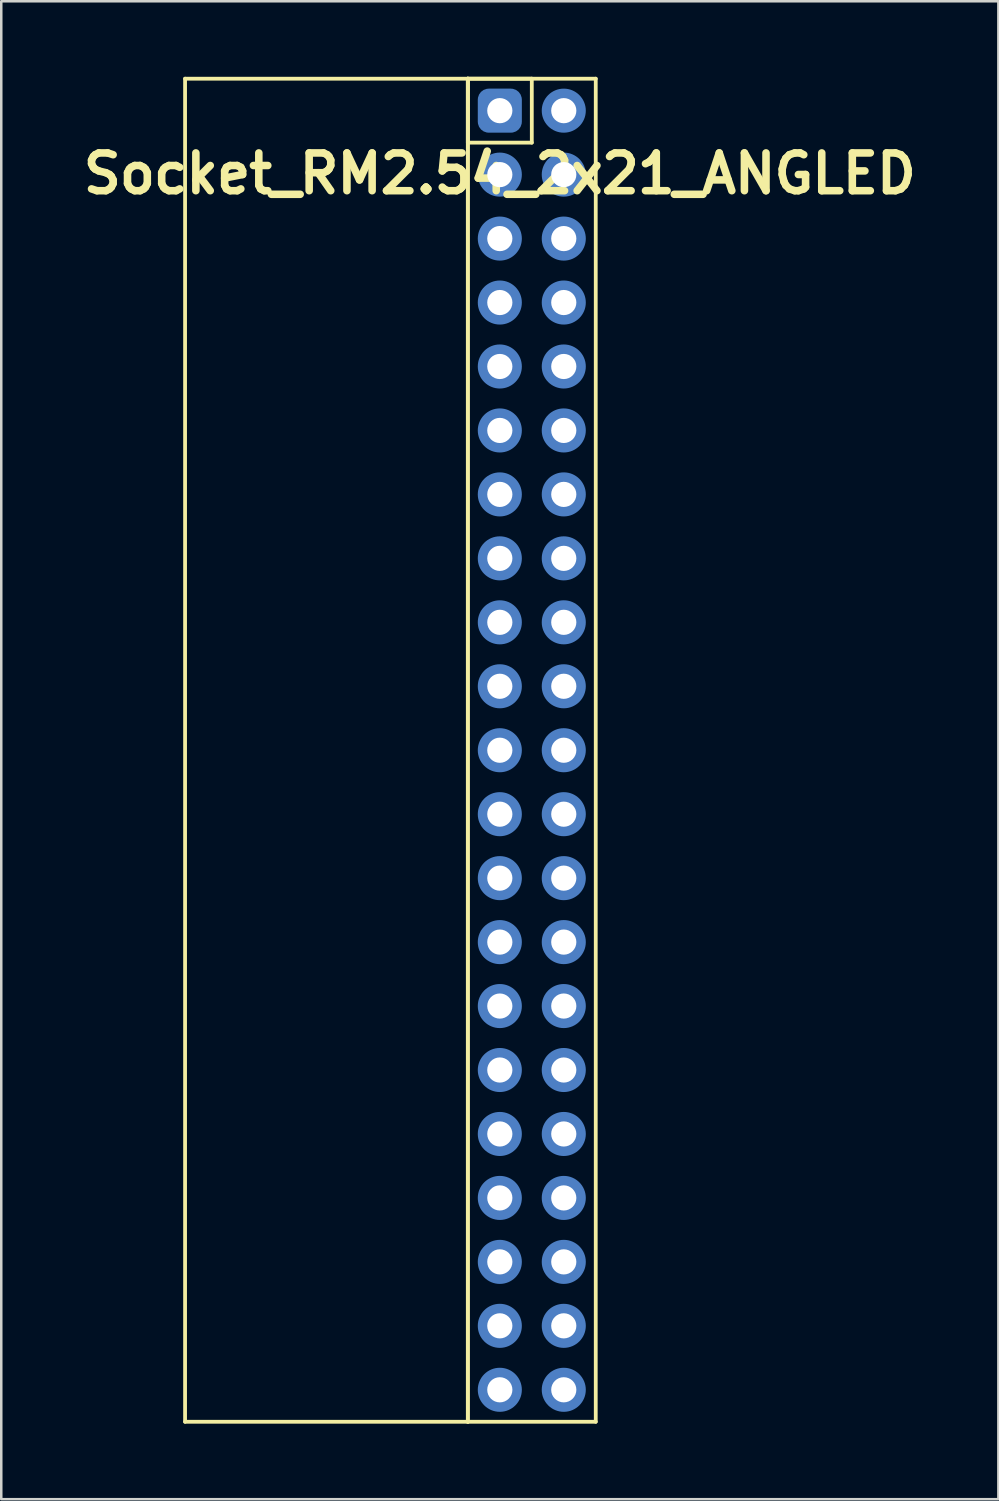
<source format=kicad_pcb>
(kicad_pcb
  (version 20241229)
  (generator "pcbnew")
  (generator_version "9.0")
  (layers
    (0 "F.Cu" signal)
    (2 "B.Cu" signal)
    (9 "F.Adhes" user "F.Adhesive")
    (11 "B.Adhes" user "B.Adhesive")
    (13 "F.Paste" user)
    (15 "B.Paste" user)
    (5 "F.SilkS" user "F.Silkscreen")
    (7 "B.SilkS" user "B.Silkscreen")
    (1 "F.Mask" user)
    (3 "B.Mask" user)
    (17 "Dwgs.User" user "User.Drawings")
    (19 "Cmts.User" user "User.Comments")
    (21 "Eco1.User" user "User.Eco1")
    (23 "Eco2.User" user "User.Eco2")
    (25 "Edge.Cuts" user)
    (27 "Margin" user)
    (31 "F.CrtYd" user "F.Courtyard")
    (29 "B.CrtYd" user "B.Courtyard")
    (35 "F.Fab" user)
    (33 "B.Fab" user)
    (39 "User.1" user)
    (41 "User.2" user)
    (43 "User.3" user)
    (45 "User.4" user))
  (footprint "Socket_RM2.54_2x21_ANGLED"
    (layer "F.Cu")
    (at 16.8 1.345)
    (property "Reference" "Socket_RM2.54_2x21_ANGLED" (at 0 2.5 0) (layer "F.SilkS") (effects (font (size 1.5 1.5) (thickness 0.3))))
    (attr through_hole)
    (fp_line (start -12.5 -1.27) (end -1.27 -1.27) (stroke (width 0.15) (type solid)) (layer "F.SilkS"))
    (fp_line (start -12.5 52.07) (end -12.5 -1.27) (stroke (width 0.15) (type solid)) (layer "F.SilkS"))
    (fp_line (start -1.27 -1.27) (end -1.27 52.07) (stroke (width 0.15) (type solid)) (layer "F.SilkS"))
    (fp_line (start -1.27 -1.27) (end 1.27 -1.27) (stroke (width 0.15) (type solid)) (layer "F.SilkS"))
    (fp_line (start -1.27 -1.27) (end 3.81 -1.27) (stroke (width 0.15) (type solid)) (layer "F.SilkS"))
    (fp_line (start -1.27 1.27) (end -1.27 -1.27) (stroke (width 0.15) (type solid)) (layer "F.SilkS"))
    (fp_line (start -1.27 52.07) (end -12.5 52.07) (stroke (width 0.15) (type solid)) (layer "F.SilkS"))
    (fp_line (start -1.27 52.07) (end -1.27 -1.27) (stroke (width 0.15) (type solid)) (layer "F.SilkS"))
    (fp_line (start 1.27 -1.27) (end 1.27 1.27) (stroke (width 0.15) (type solid)) (layer "F.SilkS"))
    (fp_line (start 1.27 1.27) (end -1.27 1.27) (stroke (width 0.15) (type solid)) (layer "F.SilkS"))
    (fp_line (start 3.81 -1.27) (end 3.81 52.07) (stroke (width 0.15) (type solid)) (layer "F.SilkS"))
    (fp_line (start 3.81 52.07) (end -1.27 52.07) (stroke (width 0.15) (type solid)) (layer "F.SilkS"))
    (pad "1" thru_hole circle (at 0 0) (size 1.3 1.3) (drill 1) (layers "*.Cu" "*.Mask"))
    (pad "1" smd roundrect (at 0 0) (size 1.5 1.5) (layers "F.Cu" "F.Mask") (roundrect_rratio 0.25))
    (pad "1" smd roundrect (at 0 0) (size 1.75 1.75) (layers "B.Cu" "B.Mask") (roundrect_rratio 0.25))
    (pad "2" thru_hole circle (at 2.54 0) (size 1.3 1.3) (drill 1) (layers "*.Cu" "*.Mask"))
    (pad "2" smd circle (at 2.54 0) (size 1.5 1.5) (layers "F.Cu" "F.Mask"))
    (pad "2" smd circle (at 2.54 0) (size 1.75 1.75) (layers "B.Cu" "B.Mask"))
    (pad "3" thru_hole circle (at 0 2.54) (size 1.3 1.3) (drill 1) (layers "*.Cu" "*.Mask"))
    (pad "3" smd circle (at 0 2.54) (size 1.5 1.5) (layers "F.Cu" "F.Mask"))
    (pad "3" smd circle (at 0 2.54) (size 1.75 1.75) (layers "B.Cu" "B.Mask"))
    (pad "4" thru_hole circle (at 2.54 2.54) (size 1.3 1.3) (drill 1) (layers "*.Cu" "*.Mask"))
    (pad "4" smd circle (at 2.54 2.54) (size 1.5 1.5) (layers "F.Cu" "F.Mask"))
    (pad "4" smd circle (at 2.54 2.54) (size 1.75 1.75) (layers "B.Cu" "B.Mask"))
    (pad "5" thru_hole circle (at 0 5.08) (size 1.3 1.3) (drill 1) (layers "*.Cu" "*.Mask"))
    (pad "5" smd circle (at 0 5.08) (size 1.5 1.5) (layers "F.Cu" "F.Mask"))
    (pad "5" smd circle (at 0 5.08) (size 1.75 1.75) (layers "B.Cu" "B.Mask"))
    (pad "6" thru_hole circle (at 2.54 5.08) (size 1.3 1.3) (drill 1) (layers "*.Cu" "*.Mask"))
    (pad "6" smd circle (at 2.54 5.08) (size 1.5 1.5) (layers "F.Cu" "F.Mask"))
    (pad "6" smd circle (at 2.54 5.08) (size 1.75 1.75) (layers "B.Cu" "B.Mask"))
    (pad "7" thru_hole circle (at 0 7.62) (size 1.3 1.3) (drill 1) (layers "*.Cu" "*.Mask"))
    (pad "7" smd circle (at 0 7.62) (size 1.5 1.5) (layers "F.Cu" "F.Mask"))
    (pad "7" smd circle (at 0 7.62) (size 1.75 1.75) (layers "B.Cu" "B.Mask"))
    (pad "8" thru_hole circle (at 2.54 7.62) (size 1.3 1.3) (drill 1) (layers "*.Cu" "*.Mask"))
    (pad "8" smd circle (at 2.54 7.62) (size 1.5 1.5) (layers "F.Cu" "F.Mask"))
    (pad "8" smd circle (at 2.54 7.62) (size 1.75 1.75) (layers "B.Cu" "B.Mask"))
    (pad "9" thru_hole circle (at 0 10.16) (size 1.3 1.3) (drill 1) (layers "*.Cu" "*.Mask"))
    (pad "9" smd circle (at 0 10.16) (size 1.5 1.5) (layers "F.Cu" "F.Mask"))
    (pad "9" smd circle (at 0 10.16) (size 1.75 1.75) (layers "B.Cu" "B.Mask"))
    (pad "10" thru_hole circle (at 2.54 10.16) (size 1.3 1.3) (drill 1) (layers "*.Cu" "*.Mask"))
    (pad "10" smd circle (at 2.54 10.16) (size 1.5 1.5) (layers "F.Cu" "F.Mask"))
    (pad "10" smd circle (at 2.54 10.16) (size 1.75 1.75) (layers "B.Cu" "B.Mask"))
    (pad "11" thru_hole circle (at 0 12.7) (size 1.3 1.3) (drill 1) (layers "*.Cu" "*.Mask"))
    (pad "11" smd circle (at 0 12.7) (size 1.5 1.5) (layers "F.Cu" "F.Mask"))
    (pad "11" smd circle (at 0 12.7) (size 1.75 1.75) (layers "B.Cu" "B.Mask"))
    (pad "12" thru_hole circle (at 2.54 12.7) (size 1.3 1.3) (drill 1) (layers "*.Cu" "*.Mask"))
    (pad "12" smd circle (at 2.54 12.7) (size 1.5 1.5) (layers "F.Cu" "F.Mask"))
    (pad "12" smd circle (at 2.54 12.7) (size 1.75 1.75) (layers "B.Cu" "B.Mask"))
    (pad "13" thru_hole circle (at 0 15.24) (size 1.3 1.3) (drill 1) (layers "*.Cu" "*.Mask"))
    (pad "13" smd circle (at 0 15.24) (size 1.5 1.5) (layers "F.Cu" "F.Mask"))
    (pad "13" smd circle (at 0 15.24) (size 1.75 1.75) (layers "B.Cu" "B.Mask"))
    (pad "14" thru_hole circle (at 2.54 15.24) (size 1.3 1.3) (drill 1) (layers "*.Cu" "*.Mask"))
    (pad "14" smd circle (at 2.54 15.24) (size 1.5 1.5) (layers "F.Cu" "F.Mask"))
    (pad "14" smd circle (at 2.54 15.24) (size 1.75 1.75) (layers "B.Cu" "B.Mask"))
    (pad "15" thru_hole circle (at 0 17.78) (size 1.3 1.3) (drill 1) (layers "*.Cu" "*.Mask"))
    (pad "15" smd circle (at 0 17.78) (size 1.5 1.5) (layers "F.Cu" "F.Mask"))
    (pad "15" smd circle (at 0 17.78) (size 1.75 1.75) (layers "B.Cu" "B.Mask"))
    (pad "16" thru_hole circle (at 2.54 17.78) (size 1.3 1.3) (drill 1) (layers "*.Cu" "*.Mask"))
    (pad "16" smd circle (at 2.54 17.78) (size 1.5 1.5) (layers "F.Cu" "F.Mask"))
    (pad "16" smd circle (at 2.54 17.78) (size 1.75 1.75) (layers "B.Cu" "B.Mask"))
    (pad "17" thru_hole circle (at 0 20.32) (size 1.3 1.3) (drill 1) (layers "*.Cu" "*.Mask"))
    (pad "17" smd circle (at 0 20.32) (size 1.5 1.5) (layers "F.Cu" "F.Mask"))
    (pad "17" smd circle (at 0 20.32) (size 1.75 1.75) (layers "B.Cu" "B.Mask"))
    (pad "18" thru_hole circle (at 2.54 20.32) (size 1.3 1.3) (drill 1) (layers "*.Cu" "*.Mask"))
    (pad "18" smd circle (at 2.54 20.32) (size 1.5 1.5) (layers "F.Cu" "F.Mask"))
    (pad "18" smd circle (at 2.54 20.32) (size 1.75 1.75) (layers "B.Cu" "B.Mask"))
    (pad "19" thru_hole circle (at 0 22.86) (size 1.3 1.3) (drill 1) (layers "*.Cu" "*.Mask"))
    (pad "19" smd circle (at 0 22.86) (size 1.5 1.5) (layers "F.Cu" "F.Mask"))
    (pad "19" smd circle (at 0 22.86) (size 1.75 1.75) (layers "B.Cu" "B.Mask"))
    (pad "20" thru_hole circle (at 2.54 22.86) (size 1.3 1.3) (drill 1) (layers "*.Cu" "*.Mask"))
    (pad "20" smd circle (at 2.54 22.86) (size 1.5 1.5) (layers "F.Cu" "F.Mask"))
    (pad "20" smd circle (at 2.54 22.86) (size 1.75 1.75) (layers "B.Cu" "B.Mask"))
    (pad "21" thru_hole circle (at 0 25.4) (size 1.3 1.3) (drill 1) (layers "*.Cu" "*.Mask"))
    (pad "21" smd circle (at 0 25.4) (size 1.5 1.5) (layers "F.Cu" "F.Mask"))
    (pad "21" smd circle (at 0 25.4) (size 1.75 1.75) (layers "B.Cu" "B.Mask"))
    (pad "22" thru_hole circle (at 2.54 25.4) (size 1.3 1.3) (drill 1) (layers "*.Cu" "*.Mask"))
    (pad "22" smd circle (at 2.54 25.4) (size 1.5 1.5) (layers "F.Cu" "F.Mask"))
    (pad "22" smd circle (at 2.54 25.4) (size 1.75 1.75) (layers "B.Cu" "B.Mask"))
    (pad "23" thru_hole circle (at 0 27.94) (size 1.3 1.3) (drill 1) (layers "*.Cu" "*.Mask"))
    (pad "23" smd circle (at 0 27.94) (size 1.5 1.5) (layers "F.Cu" "F.Mask"))
    (pad "23" smd circle (at 0 27.94) (size 1.75 1.75) (layers "B.Cu" "B.Mask"))
    (pad "24" thru_hole circle (at 2.54 27.94) (size 1.3 1.3) (drill 1) (layers "*.Cu" "*.Mask"))
    (pad "24" smd circle (at 2.54 27.94) (size 1.5 1.5) (layers "F.Cu" "F.Mask"))
    (pad "24" smd circle (at 2.54 27.94) (size 1.75 1.75) (layers "B.Cu" "B.Mask"))
    (pad "25" thru_hole circle (at 0 30.48) (size 1.3 1.3) (drill 1) (layers "*.Cu" "*.Mask"))
    (pad "25" smd circle (at 0 30.48) (size 1.5 1.5) (layers "F.Cu" "F.Mask"))
    (pad "25" smd circle (at 0 30.48) (size 1.75 1.75) (layers "B.Cu" "B.Mask"))
    (pad "26" thru_hole circle (at 2.54 30.48) (size 1.3 1.3) (drill 1) (layers "*.Cu" "*.Mask"))
    (pad "26" smd circle (at 2.54 30.48) (size 1.5 1.5) (layers "F.Cu" "F.Mask"))
    (pad "26" smd circle (at 2.54 30.48) (size 1.75 1.75) (layers "B.Cu" "B.Mask"))
    (pad "27" thru_hole circle (at 0 33.02) (size 1.3 1.3) (drill 1) (layers "*.Cu" "*.Mask"))
    (pad "27" smd circle (at 0 33.02) (size 1.5 1.5) (layers "F.Cu" "F.Mask"))
    (pad "27" smd circle (at 0 33.02) (size 1.75 1.75) (layers "B.Cu" "B.Mask"))
    (pad "28" thru_hole circle (at 2.54 33.02) (size 1.3 1.3) (drill 1) (layers "*.Cu" "*.Mask"))
    (pad "28" smd circle (at 2.54 33.02) (size 1.5 1.5) (layers "F.Cu" "F.Mask"))
    (pad "28" smd circle (at 2.54 33.02) (size 1.75 1.75) (layers "B.Cu" "B.Mask"))
    (pad "29" thru_hole circle (at 0 35.56) (size 1.3 1.3) (drill 1) (layers "*.Cu" "*.Mask"))
    (pad "29" smd circle (at 0 35.56) (size 1.5 1.5) (layers "F.Cu" "F.Mask"))
    (pad "29" smd circle (at 0 35.56) (size 1.75 1.75) (layers "B.Cu" "B.Mask"))
    (pad "30" thru_hole circle (at 2.54 35.56) (size 1.3 1.3) (drill 1) (layers "*.Cu" "*.Mask"))
    (pad "30" smd circle (at 2.54 35.56) (size 1.5 1.5) (layers "F.Cu" "F.Mask"))
    (pad "30" smd circle (at 2.54 35.56) (size 1.75 1.75) (layers "B.Cu" "B.Mask"))
    (pad "31" thru_hole circle (at 0 38.1) (size 1.3 1.3) (drill 1) (layers "*.Cu" "*.Mask"))
    (pad "31" smd circle (at 0 38.1) (size 1.5 1.5) (layers "F.Cu" "F.Mask"))
    (pad "31" smd circle (at 0 38.1) (size 1.75 1.75) (layers "B.Cu" "B.Mask"))
    (pad "32" thru_hole circle (at 2.54 38.1) (size 1.3 1.3) (drill 1) (layers "*.Cu" "*.Mask"))
    (pad "32" smd circle (at 2.54 38.1) (size 1.5 1.5) (layers "F.Cu" "F.Mask"))
    (pad "32" smd circle (at 2.54 38.1) (size 1.75 1.75) (layers "B.Cu" "B.Mask"))
    (pad "33" thru_hole circle (at 0 40.64) (size 1.3 1.3) (drill 1) (layers "*.Cu" "*.Mask"))
    (pad "33" smd circle (at 0 40.64) (size 1.5 1.5) (layers "F.Cu" "F.Mask"))
    (pad "33" smd circle (at 0 40.64) (size 1.75 1.75) (layers "B.Cu" "B.Mask"))
    (pad "34" thru_hole circle (at 2.54 40.64) (size 1.3 1.3) (drill 1) (layers "*.Cu" "*.Mask"))
    (pad "34" smd circle (at 2.54 40.64) (size 1.5 1.5) (layers "F.Cu" "F.Mask"))
    (pad "34" smd circle (at 2.54 40.64) (size 1.75 1.75) (layers "B.Cu" "B.Mask"))
    (pad "35" thru_hole circle (at 0 43.18) (size 1.3 1.3) (drill 1) (layers "*.Cu" "*.Mask"))
    (pad "35" smd circle (at 0 43.18) (size 1.5 1.5) (layers "F.Cu" "F.Mask"))
    (pad "35" smd circle (at 0 43.18) (size 1.75 1.75) (layers "B.Cu" "B.Mask"))
    (pad "36" thru_hole circle (at 2.54 43.18) (size 1.3 1.3) (drill 1) (layers "*.Cu" "*.Mask"))
    (pad "36" smd circle (at 2.54 43.18) (size 1.5 1.5) (layers "F.Cu" "F.Mask"))
    (pad "36" smd circle (at 2.54 43.18) (size 1.75 1.75) (layers "B.Cu" "B.Mask"))
    (pad "37" thru_hole circle (at 0 45.72) (size 1.3 1.3) (drill 1) (layers "*.Cu" "*.Mask"))
    (pad "37" smd circle (at 0 45.72) (size 1.5 1.5) (layers "F.Cu" "F.Mask"))
    (pad "37" smd circle (at 0 45.72) (size 1.75 1.75) (layers "B.Cu" "B.Mask"))
    (pad "38" thru_hole circle (at 2.54 45.72) (size 1.3 1.3) (drill 1) (layers "*.Cu" "*.Mask"))
    (pad "38" smd circle (at 2.54 45.72) (size 1.5 1.5) (layers "F.Cu" "F.Mask"))
    (pad "38" smd circle (at 2.54 45.72) (size 1.75 1.75) (layers "B.Cu" "B.Mask"))
    (pad "39" thru_hole circle (at 0 48.26) (size 1.3 1.3) (drill 1) (layers "*.Cu" "*.Mask"))
    (pad "39" smd circle (at 0 48.26) (size 1.5 1.5) (layers "F.Cu" "F.Mask"))
    (pad "39" smd circle (at 0 48.26) (size 1.75 1.75) (layers "B.Cu" "B.Mask"))
    (pad "40" thru_hole circle (at 2.54 48.26) (size 1.3 1.3) (drill 1) (layers "*.Cu" "*.Mask"))
    (pad "40" smd circle (at 2.54 48.26) (size 1.5 1.5) (layers "F.Cu" "F.Mask"))
    (pad "40" smd circle (at 2.54 48.26) (size 1.75 1.75) (layers "B.Cu" "B.Mask"))
    (pad "41" thru_hole circle (at 0 50.8) (size 1.3 1.3) (drill 1) (layers "*.Cu" "*.Mask"))
    (pad "41" smd circle (at 0 50.8) (size 1.5 1.5) (layers "F.Cu" "F.Mask"))
    (pad "41" smd circle (at 0 50.8) (size 1.75 1.75) (layers "B.Cu" "B.Mask"))
    (pad "42" thru_hole circle (at 2.54 50.8) (size 1.3 1.3) (drill 1) (layers "*.Cu" "*.Mask"))
    (pad "42" smd circle (at 2.54 50.8) (size 1.5 1.5) (layers "F.Cu" "F.Mask"))
    (pad "42" smd circle (at 2.54 50.8) (size 1.75 1.75) (layers "B.Cu" "B.Mask")))
  (gr_rect
    (start -3 -3)
    (end 36.6 56.49)
    (stroke (width 0.1) (type default))
    (fill no)
    (layer "Edge.Cuts")))
</source>
